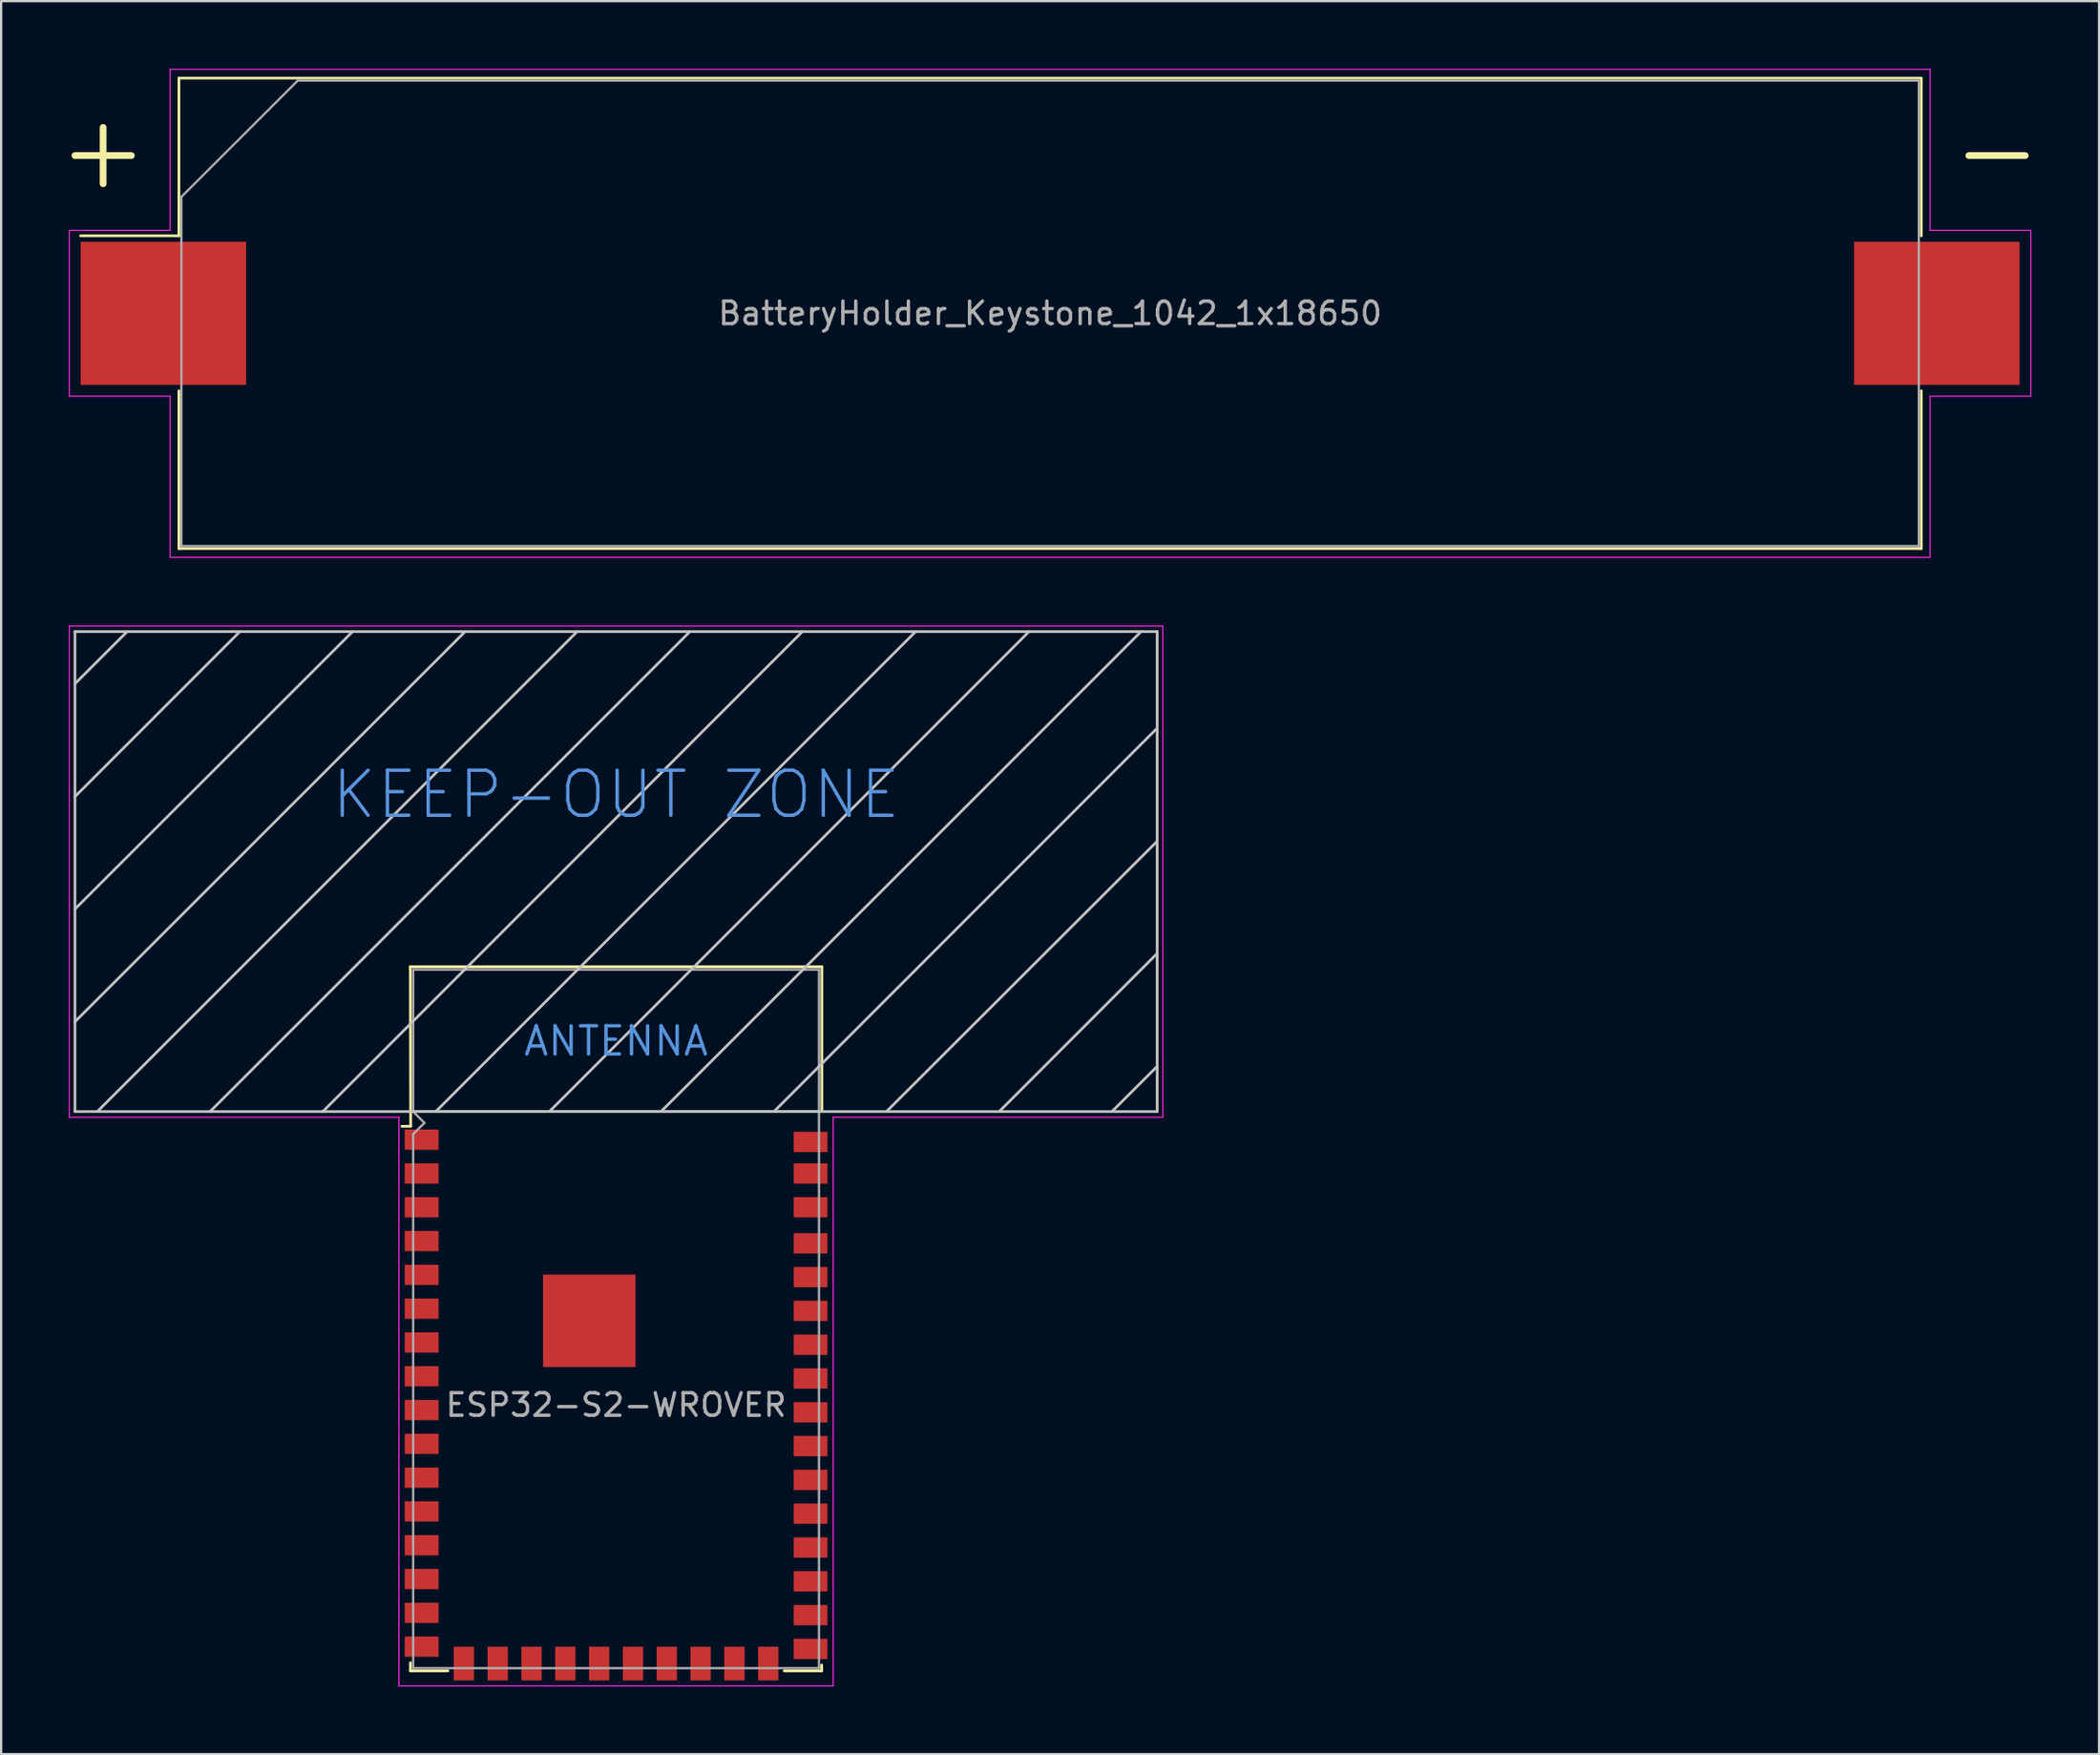
<source format=kicad_pcb>
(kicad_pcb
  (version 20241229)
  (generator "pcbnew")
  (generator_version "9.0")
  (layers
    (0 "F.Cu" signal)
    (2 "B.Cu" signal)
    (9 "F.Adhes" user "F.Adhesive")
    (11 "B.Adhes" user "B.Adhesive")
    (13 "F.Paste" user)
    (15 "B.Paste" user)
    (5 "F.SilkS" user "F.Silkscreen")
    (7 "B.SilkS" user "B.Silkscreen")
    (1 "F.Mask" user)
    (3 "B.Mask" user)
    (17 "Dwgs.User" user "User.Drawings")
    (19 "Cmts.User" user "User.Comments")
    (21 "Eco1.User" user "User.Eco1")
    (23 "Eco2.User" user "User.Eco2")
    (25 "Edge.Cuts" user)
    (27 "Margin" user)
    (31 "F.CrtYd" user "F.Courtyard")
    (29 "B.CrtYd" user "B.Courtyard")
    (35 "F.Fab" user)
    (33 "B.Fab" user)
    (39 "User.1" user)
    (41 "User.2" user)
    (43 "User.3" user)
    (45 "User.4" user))
  (footprint "BatteryHolder_Keystone_1042_1x18650"
    (layer "F.Cu")
    (at 43.525 10.855)
    (property "Reference" "BatteryHolder_Keystone_1042_1x18650" (at 0 0 0) (layer "F.Fab") (effects (font (size 1 1) (thickness 0.15))))
    (attr smd)
    (fp_line (start -43.25 -7) (end -40.75 -7) (stroke (width 0.3) (type solid)) (layer "F.SilkS"))
    (fp_line (start -42 -5.75) (end -42 -8.25) (stroke (width 0.3) (type solid)) (layer "F.SilkS"))
    (fp_line (start -38.64 -10.44) (end -38.64 -3.44) (stroke (width 0.12) (type solid)) (layer "F.SilkS"))
    (fp_line (start -38.64 -3.44) (end -43 -3.44) (stroke (width 0.12) (type solid)) (layer "F.SilkS"))
    (fp_line (start -38.64 10.44) (end -38.64 3.44) (stroke (width 0.12) (type solid)) (layer "F.SilkS"))
    (fp_line (start 38.64 -10.44) (end -38.64 -10.44) (stroke (width 0.12) (type solid)) (layer "F.SilkS"))
    (fp_line (start 38.64 -3.44) (end 38.64 -10.42) (stroke (width 0.12) (type solid)) (layer "F.SilkS"))
    (fp_line (start 38.64 3.44) (end 38.64 10.44) (stroke (width 0.12) (type solid)) (layer "F.SilkS"))
    (fp_line (start 38.64 10.44) (end -38.64 10.44) (stroke (width 0.12) (type solid)) (layer "F.SilkS"))
    (fp_line (start 43.25 -7) (end 40.75 -7) (stroke (width 0.3) (type solid)) (layer "F.SilkS"))
    (fp_line (start -43.5 -3.68) (end -39.03 -3.68) (stroke (width 0.05) (type solid)) (layer "F.CrtYd"))
    (fp_line (start -43.5 3.68) (end -43.5 -3.68) (stroke (width 0.05) (type solid)) (layer "F.CrtYd"))
    (fp_line (start -39.03 -10.83) (end -39.03 -3.68) (stroke (width 0.05) (type solid)) (layer "F.CrtYd"))
    (fp_line (start -39.03 -10.83) (end 39.03 -10.83) (stroke (width 0.05) (type solid)) (layer "F.CrtYd"))
    (fp_line (start -39.03 3.68) (end -43.5 3.68) (stroke (width 0.05) (type solid)) (layer "F.CrtYd"))
    (fp_line (start -39.03 10.83) (end -39.03 3.68) (stroke (width 0.05) (type solid)) (layer "F.CrtYd"))
    (fp_line (start -39.03 10.83) (end 39.03 10.83) (stroke (width 0.05) (type solid)) (layer "F.CrtYd"))
    (fp_line (start 39.03 -10.83) (end 39.03 -3.68) (stroke (width 0.05) (type solid)) (layer "F.CrtYd"))
    (fp_line (start 39.03 3.68) (end 43.5 3.68) (stroke (width 0.05) (type solid)) (layer "F.CrtYd"))
    (fp_line (start 39.03 10.83) (end 39.03 3.68) (stroke (width 0.05) (type solid)) (layer "F.CrtYd"))
    (fp_line (start 43.5 -3.68) (end 39.03 -3.68) (stroke (width 0.05) (type solid)) (layer "F.CrtYd"))
    (fp_line (start 43.5 3.68) (end 43.5 -3.68) (stroke (width 0.05) (type solid)) (layer "F.CrtYd"))
    (fp_line (start -38.53 -5.168) (end -38.53 10.33) (stroke (width 0.1) (type solid)) (layer "F.Fab"))
    (fp_line (start -38.53 10.33) (end 38.53 10.33) (stroke (width 0.1) (type solid)) (layer "F.Fab"))
    (fp_line (start -33.367 -10.33) (end -38.53 -5.168) (stroke (width 0.1) (type solid)) (layer "F.Fab"))
    (fp_line (start -33.367 -10.33) (end 38.53 -10.33) (stroke (width 0.1) (type solid)) (layer "F.Fab"))
    (fp_line (start 38.53 -10.33) (end 38.53 10.33) (stroke (width 0.1) (type solid)) (layer "F.Fab"))
    (pad "1" smd rect (at -39.33 0) (size 7.34 6.35) (layers "F.Cu" "F.Mask" "F.Paste"))
    (pad "2" smd rect (at 39.33 0) (size 7.34 6.35) (layers "F.Cu" "F.Mask" "F.Paste")))
  (footprint "ESP32-S2-WROVER"
    (layer "F.Cu")
    (at 24.275 59.305)
    (property "Reference" "ESP32-S2-WROVER" (at 0 0 180) (layer "F.Fab") (effects (font (size 1 1) (thickness 0.15))))
    (attr smd)
    (fp_line (start -9.125 -19.45) (end 9.13 -19.45) (stroke (width 0.12) (type solid)) (layer "F.SilkS"))
    (fp_line (start -9.12 11.44) (end -9.12 11.8) (stroke (width 0.12) (type solid)) (layer "F.SilkS"))
    (fp_line (start -9.12 11.8) (end -7.46 11.8) (stroke (width 0.12) (type solid)) (layer "F.SilkS"))
    (fp_line (start -9.11 -12.37) (end -9.5 -12.37) (stroke (width 0.12) (type solid)) (layer "F.SilkS"))
    (fp_line (start -9.11 -12.37) (end -9.125 -19.45) (stroke (width 0.12) (type solid)) (layer "F.SilkS"))
    (fp_line (start 9.12 11.54) (end 9.12 11.8) (stroke (width 0.12) (type solid)) (layer "F.SilkS"))
    (fp_line (start 9.12 11.8) (end 7.46 11.8) (stroke (width 0.12) (type solid)) (layer "F.SilkS"))
    (fp_line (start 9.13 -13.03) (end 9.13 -19.45) (stroke (width 0.12) (type solid)) (layer "F.SilkS"))
    (fp_line (start -24 -34.323) (end -24 -13.023) (stroke (width 0.12) (type solid)) (layer "Dwgs.User"))
    (fp_line (start -24 -34.323) (end 24 -34.323) (stroke (width 0.12) (type solid)) (layer "Dwgs.User"))
    (fp_line (start -24 -13.023) (end 24 -13.023) (stroke (width 0.12) (type solid)) (layer "Dwgs.User"))
    (fp_line (start -21.69 -34.32) (end -23.99 -32.02) (stroke (width 0.12) (type solid)) (layer "Dwgs.User"))
    (fp_line (start -16.69 -34.32) (end -24 -27) (stroke (width 0.12) (type solid)) (layer "Dwgs.User"))
    (fp_line (start -11.69 -34.32) (end -24 -22.01) (stroke (width 0.12) (type solid)) (layer "Dwgs.User"))
    (fp_line (start -6.7 -34.32) (end -24 -17.01) (stroke (width 0.12) (type solid)) (layer "Dwgs.User"))
    (fp_line (start -1.73 -34.32) (end -23 -13.03) (stroke (width 0.12) (type solid)) (layer "Dwgs.User"))
    (fp_line (start 3.27 -34.32) (end -18 -13.03) (stroke (width 0.12) (type solid)) (layer "Dwgs.User"))
    (fp_line (start 8.26 -34.32) (end -13.01 -13.02) (stroke (width 0.12) (type solid)) (layer "Dwgs.User"))
    (fp_line (start 13.28 -34.32) (end -7.99 -13.03) (stroke (width 0.12) (type solid)) (layer "Dwgs.User"))
    (fp_line (start 18.31 -34.32) (end -2.95 -13.03) (stroke (width 0.12) (type solid)) (layer "Dwgs.User"))
    (fp_line (start 23.28 -34.32) (end 2 -13.03) (stroke (width 0.12) (type solid)) (layer "Dwgs.User"))
    (fp_line (start 24 -34.323) (end 24 -13.023) (stroke (width 0.12) (type solid)) (layer "Dwgs.User"))
    (fp_line (start 24 -30.04) (end 7.01 -13.03) (stroke (width 0.12) (type solid)) (layer "Dwgs.User"))
    (fp_line (start 24 -25.02) (end 12 -13.03) (stroke (width 0.12) (type solid)) (layer "Dwgs.User"))
    (fp_line (start 24 -20.04) (end 17 -13.03) (stroke (width 0.12) (type solid)) (layer "Dwgs.User"))
    (fp_line (start 24 -15.03) (end 22 -13.03) (stroke (width 0.12) (type solid)) (layer "Dwgs.User"))
    (fp_line (start -24.25 -34.57) (end -24.25 -12.77) (stroke (width 0.05) (type solid)) (layer "F.CrtYd"))
    (fp_line (start -24.25 -12.77) (end -9.63 -12.77) (stroke (width 0.05) (type solid)) (layer "F.CrtYd"))
    (fp_line (start -9.63 -12.77) (end -9.63 12.47) (stroke (width 0.05) (type solid)) (layer "F.CrtYd"))
    (fp_line (start -9.63 12.47) (end 9.63 12.47) (stroke (width 0.05) (type solid)) (layer "F.CrtYd"))
    (fp_line (start 9.63 -12.77) (end 24.25 -12.77) (stroke (width 0.05) (type solid)) (layer "F.CrtYd"))
    (fp_line (start 9.63 12.47) (end 9.63 -12.77) (stroke (width 0.05) (type solid)) (layer "F.CrtYd"))
    (fp_line (start 24.25 -34.57) (end -24.25 -34.57) (stroke (width 0.05) (type solid)) (layer "F.CrtYd"))
    (fp_line (start 24.25 -12.77) (end 24.25 -34.57) (stroke (width 0.05) (type solid)) (layer "F.CrtYd"))
    (fp_line (start -9 -19.323) (end 9 -19.323) (stroke (width 0.1) (type solid)) (layer "F.Fab"))
    (fp_line (start -9 -19.32) (end -9 -13.02) (stroke (width 0.1) (type solid)) (layer "F.Fab"))
    (fp_line (start -9 -12.02) (end -9 11.68) (stroke (width 0.1) (type solid)) (layer "F.Fab"))
    (fp_line (start -9 -12.02) (end -8.5 -12.52) (stroke (width 0.1) (type solid)) (layer "F.Fab"))
    (fp_line (start -9 11.68) (end 9 11.68) (stroke (width 0.1) (type solid)) (layer "F.Fab"))
    (fp_line (start -8.5 -12.52) (end -9 -13.02) (stroke (width 0.1) (type solid)) (layer "F.Fab"))
    (fp_line (start 9 -19.32) (end 9 11.68) (stroke (width 0.1) (type solid)) (layer "F.Fab"))
    (fp_line (start 9 -13.023) (end -9 -13.023) (stroke (width 0.1) (type solid)) (layer "F.Fab"))
    (fp_text user "ANTENNA" (at 0 -16.15 0) (layer "Cmts.User") (effects (font (size 1.25 1.25) (thickness 0.15))))
    (fp_text user "KEEP-OUT ZONE" (at 0 -27.09 0) (layer "Cmts.User") (effects (font (size 2 2) (thickness 0.15))))
    (pad "1" smd rect (at -8.625 -11.775) (size 1.5 0.9) (layers "F.Cu" "F.Mask" "F.Paste"))
    (pad "2" smd rect (at -8.625 -10.275) (size 1.5 0.9) (layers "F.Cu" "F.Mask" "F.Paste"))
    (pad "3" smd rect (at -8.625 -8.775) (size 1.5 0.9) (layers "F.Cu" "F.Mask" "F.Paste"))
    (pad "4" smd rect (at -8.625 -7.275) (size 1.5 0.9) (layers "F.Cu" "F.Mask" "F.Paste"))
    (pad "5" smd rect (at -8.625 -5.775) (size 1.5 0.9) (layers "F.Cu" "F.Mask" "F.Paste"))
    (pad "6" smd rect (at -8.625 -4.275) (size 1.5 0.9) (layers "F.Cu" "F.Mask" "F.Paste"))
    (pad "7" smd rect (at -8.625 -2.775) (size 1.5 0.9) (layers "F.Cu" "F.Mask" "F.Paste"))
    (pad "8" smd rect (at -8.625 -1.275) (size 1.5 0.9) (layers "F.Cu" "F.Mask" "F.Paste"))
    (pad "9" smd rect (at -8.625 0.225) (size 1.5 0.9) (layers "F.Cu" "F.Mask" "F.Paste"))
    (pad "10" smd rect (at -8.625 1.725) (size 1.5 0.9) (layers "F.Cu" "F.Mask" "F.Paste"))
    (pad "11" smd rect (at -8.625 3.225) (size 1.5 0.9) (layers "F.Cu" "F.Mask" "F.Paste"))
    (pad "12" smd rect (at -8.625 4.725) (size 1.5 0.9) (layers "F.Cu" "F.Mask" "F.Paste"))
    (pad "13" smd rect (at -8.625 6.225) (size 1.5 0.9) (layers "F.Cu" "F.Mask" "F.Paste"))
    (pad "14" smd rect (at -8.625 7.725) (size 1.5 0.9) (layers "F.Cu" "F.Mask" "F.Paste"))
    (pad "15" smd rect (at -8.625 9.225 180) (size 1.5 0.9) (layers "F.Cu" "F.Mask" "F.Paste"))
    (pad "16" smd rect (at -8.625 10.725 180) (size 1.5 0.9) (layers "F.Cu" "F.Mask" "F.Paste"))
    (pad "17" smd rect (at -6.75 11.475) (size 0.9 1.5) (layers "F.Cu" "F.Mask" "F.Paste"))
    (pad "18" smd rect (at -5.25 11.475) (size 0.9 1.5) (layers "F.Cu" "F.Mask" "F.Paste"))
    (pad "19" smd rect (at -3.75 11.475) (size 0.9 1.5) (layers "F.Cu" "F.Mask" "F.Paste"))
    (pad "20" smd rect (at -2.25 11.475) (size 0.9 1.5) (layers "F.Cu" "F.Mask" "F.Paste"))
    (pad "21" smd rect (at -0.75 11.475) (size 0.9 1.5) (layers "F.Cu" "F.Mask" "F.Paste"))
    (pad "22" smd rect (at 0.75 11.475) (size 0.9 1.5) (layers "F.Cu" "F.Mask" "F.Paste"))
    (pad "23" smd rect (at 2.25 11.475) (size 0.9 1.5) (layers "F.Cu" "F.Mask" "F.Paste"))
    (pad "24" smd rect (at 3.75 11.475) (size 0.9 1.5) (layers "F.Cu" "F.Mask" "F.Paste"))
    (pad "25" smd rect (at 5.25 11.475) (size 0.9 1.5) (layers "F.Cu" "F.Mask" "F.Paste"))
    (pad "26" smd rect (at 6.75 11.475) (size 0.9 1.5) (layers "F.Cu" "F.Mask" "F.Paste"))
    (pad "27" smd rect (at 8.625 10.825) (size 1.5 0.9) (layers "F.Cu" "F.Mask" "F.Paste"))
    (pad "28" smd rect (at 8.625 9.325) (size 1.5 0.9) (layers "F.Cu" "F.Mask" "F.Paste"))
    (pad "29" smd rect (at 8.625 7.825) (size 1.5 0.9) (layers "F.Cu" "F.Mask" "F.Paste"))
    (pad "30" smd rect (at 8.625 6.325) (size 1.5 0.9) (layers "F.Cu" "F.Mask" "F.Paste"))
    (pad "31" smd rect (at 8.625 4.825) (size 1.5 0.9) (layers "F.Cu" "F.Mask" "F.Paste"))
    (pad "32" smd rect (at 8.625 3.325) (size 1.5 0.9) (layers "F.Cu" "F.Mask" "F.Paste"))
    (pad "33" smd rect (at 8.625 1.825) (size 1.5 0.9) (layers "F.Cu" "F.Mask" "F.Paste"))
    (pad "34" smd rect (at 8.625 0.325) (size 1.5 0.9) (layers "F.Cu" "F.Mask" "F.Paste"))
    (pad "35" smd rect (at 8.625 -1.175) (size 1.5 0.9) (layers "F.Cu" "F.Mask" "F.Paste"))
    (pad "36" smd rect (at 8.625 -2.675) (size 1.5 0.9) (layers "F.Cu" "F.Mask" "F.Paste"))
    (pad "37" smd rect (at 8.625 -4.175) (size 1.5 0.9) (layers "F.Cu" "F.Mask" "F.Paste"))
    (pad "38" smd rect (at 8.625 -5.675) (size 1.5 0.9) (layers "F.Cu" "F.Mask" "F.Paste"))
    (pad "39" smd rect (at 8.625 -7.175) (size 1.5 0.9) (layers "F.Cu" "F.Mask" "F.Paste"))
    (pad "40" smd rect (at 8.625 -8.775) (size 1.5 0.9) (layers "F.Cu" "F.Mask" "F.Paste"))
    (pad "41" smd rect (at 8.625 -10.275) (size 1.5 0.9) (layers "F.Cu" "F.Mask" "F.Paste"))
    (pad "42" smd rect (at 8.625 -11.675) (size 1.5 0.9) (layers "F.Cu" "F.Mask" "F.Paste"))
    (pad "43" smd rect (at -1.19 -3.735) (size 4.1 4.1) (layers "F.Cu" "F.Mask" "F.Paste")))
  (gr_rect
    (start -3 -3)
    (end 90.05 74.8)
    (stroke (width 0.1) (type default))
    (fill no)
    (layer "Edge.Cuts")))
</source>
